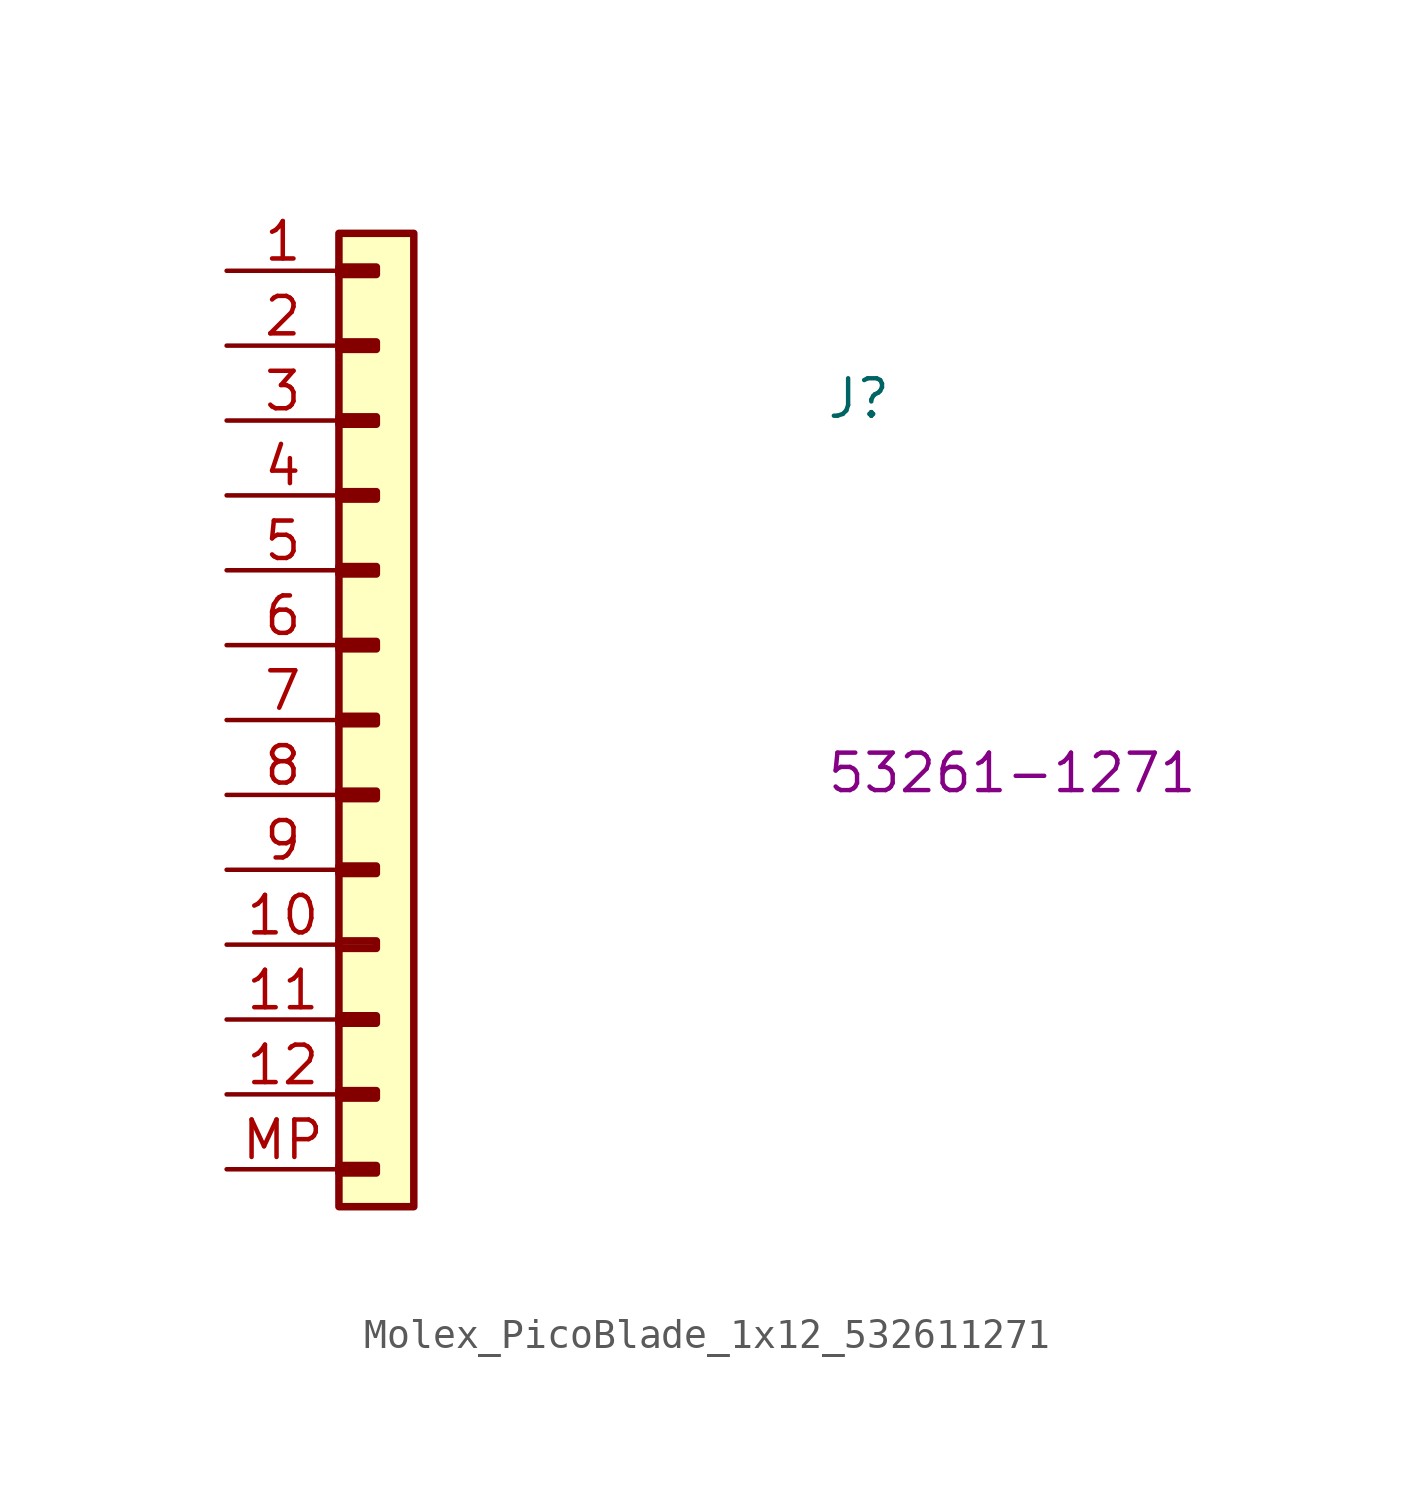
<source format=kicad_sym>
(kicad_symbol_lib
  (version 20220914)
  (generator kicad_symbol_editor)
  (symbol "Molex_PicoBlade_1x12_532611271"
    (pin_names hide)
    (property "Reference" "J"
      (at 20.32 -5.08 0)
      (effects (font (size 1.27 1.27) (thickness 0.15)) (justify left bottom)))
    (property "MPN" "53261-1271"
      (at 20.32 -17.78 0)
      (effects (font (size 1.27 1.27) (thickness 0.15)) (justify left bottom)))
    (symbol "Molex_PicoBlade_1x12_532611271_1_1"
      (rectangle (start 3.81 -30.353) (end 5.08 -30.607) (stroke (width 0.254) (type default)) (fill (type background)))
      (rectangle (start 3.81 -27.813) (end 5.08 -28.067) (stroke (width 0.254) (type default)) (fill (type background)))
      (rectangle (start 3.81 -25.273) (end 5.08 -25.527) (stroke (width 0.254) (type default)) (fill (type background)))
      (rectangle (start 3.81 -22.733) (end 5.08 -22.987) (stroke (width 0.254) (type default)) (fill (type background)))
      (rectangle (start 3.81 -20.193) (end 5.08 -20.447) (stroke (width 0.254) (type default)) (fill (type background)))
      (rectangle (start 3.81 -17.653) (end 5.08 -17.907) (stroke (width 0.254) (type default)) (fill (type background)))
      (rectangle (start 3.81 -15.113) (end 5.08 -15.367) (stroke (width 0.254) (type default)) (fill (type background)))
      (rectangle (start 3.81 -12.573) (end 5.08 -12.827) (stroke (width 0.254) (type default)) (fill (type background)))
      (rectangle (start 3.81 -10.033) (end 5.08 -10.287) (stroke (width 0.254) (type default)) (fill (type background)))
      (rectangle (start 3.81 -7.493) (end 5.08 -7.747) (stroke (width 0.254) (type default)) (fill (type background)))
      (rectangle (start 3.81 -4.953) (end 5.08 -5.207) (stroke (width 0.254) (type default)) (fill (type background)))
      (rectangle (start 3.81 -2.413) (end 5.08 -2.667) (stroke (width 0.254) (type default)) (fill (type background)))
      (rectangle (start 3.81 0.127) (end 5.08 -0.127) (stroke (width 0.254) (type default)) (fill (type background)))
      (rectangle (start 3.81 1.27) (end 6.35 -31.75) (stroke (width 0.254) (type default)) (fill (type background)))
      (pin passive line (at 0 0 0) (length 3.81) (name "1" (effects (font (size 1.27 1.27)))) (number "1" (effects (font (size 1.27 1.27)))))
      (pin passive line (at 0 -22.86 0) (length 3.81) (name "10" (effects (font (size 1.27 1.27)))) (number "10" (effects (font (size 1.27 1.27)))))
      (pin passive line (at 0 -25.4 0) (length 3.81) (name "11" (effects (font (size 1.27 1.27)))) (number "11" (effects (font (size 1.27 1.27)))))
      (pin passive line (at 0 -27.94 0) (length 3.81) (name "12" (effects (font (size 1.27 1.27)))) (number "12" (effects (font (size 1.27 1.27)))))
      (pin passive line (at 0 -2.54 0) (length 3.81) (name "2" (effects (font (size 1.27 1.27)))) (number "2" (effects (font (size 1.27 1.27)))))
      (pin passive line (at 0 -5.08 0) (length 3.81) (name "3" (effects (font (size 1.27 1.27)))) (number "3" (effects (font (size 1.27 1.27)))))
      (pin passive line (at 0 -7.62 0) (length 3.81) (name "4" (effects (font (size 1.27 1.27)))) (number "4" (effects (font (size 1.27 1.27)))))
      (pin passive line (at 0 -10.16 0) (length 3.81) (name "5" (effects (font (size 1.27 1.27)))) (number "5" (effects (font (size 1.27 1.27)))))
      (pin passive line (at 0 -12.7 0) (length 3.81) (name "6" (effects (font (size 1.27 1.27)))) (number "6" (effects (font (size 1.27 1.27)))))
      (pin passive line (at 0 -15.24 0) (length 3.81) (name "7" (effects (font (size 1.27 1.27)))) (number "7" (effects (font (size 1.27 1.27)))))
      (pin passive line (at 0 -17.78 0) (length 3.81) (name "8" (effects (font (size 1.27 1.27)))) (number "8" (effects (font (size 1.27 1.27)))))
      (pin passive line (at 0 -20.32 0) (length 3.81) (name "9" (effects (font (size 1.27 1.27)))) (number "9" (effects (font (size 1.27 1.27)))))
      (pin passive line (at 0 -30.48 0) (length 3.81) (name "MP" (effects (font (size 1.27 1.27)))) (number "MP" (effects (font (size 1.27 1.27))))))))
</source>
